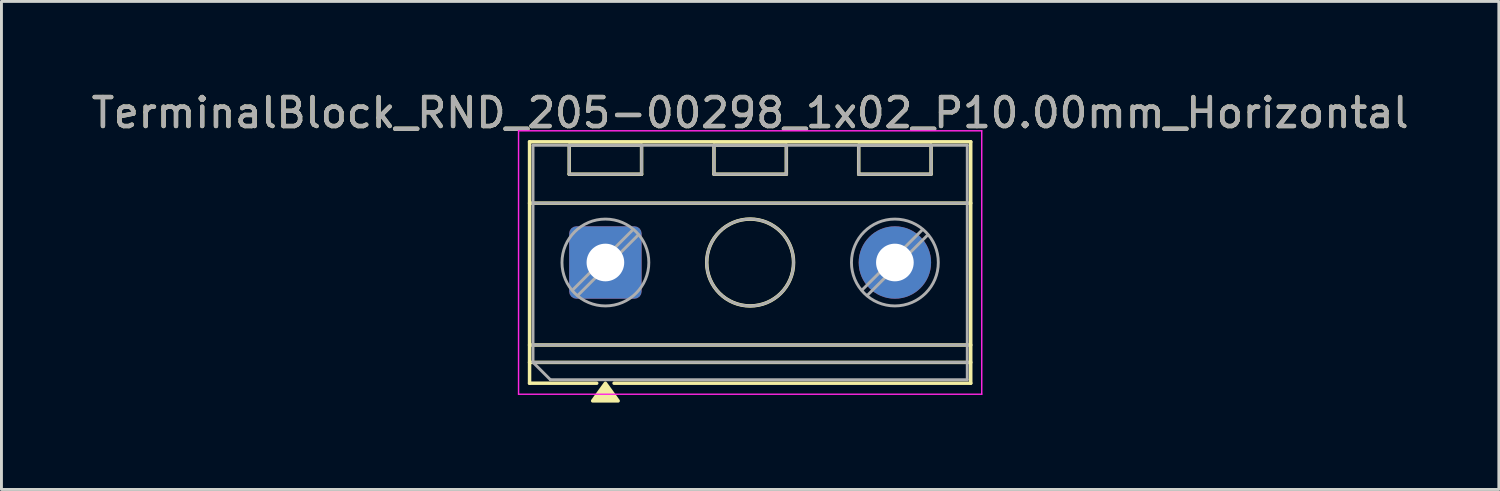
<source format=kicad_pcb>
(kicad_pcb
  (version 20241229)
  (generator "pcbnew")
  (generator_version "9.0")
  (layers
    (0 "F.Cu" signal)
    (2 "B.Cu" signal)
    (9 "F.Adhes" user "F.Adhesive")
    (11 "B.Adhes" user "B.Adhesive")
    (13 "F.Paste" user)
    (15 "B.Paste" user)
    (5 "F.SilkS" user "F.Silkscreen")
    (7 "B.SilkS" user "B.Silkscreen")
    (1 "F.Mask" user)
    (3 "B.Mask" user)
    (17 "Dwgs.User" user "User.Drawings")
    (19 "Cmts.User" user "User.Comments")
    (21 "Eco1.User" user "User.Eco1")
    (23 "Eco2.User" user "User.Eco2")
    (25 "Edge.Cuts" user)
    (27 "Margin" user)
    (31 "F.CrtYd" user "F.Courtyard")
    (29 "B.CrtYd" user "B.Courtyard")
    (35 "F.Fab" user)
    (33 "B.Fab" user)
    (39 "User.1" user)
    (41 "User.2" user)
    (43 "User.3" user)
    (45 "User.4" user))
  (footprint "TerminalBlock_RND_205-00298_1x02_P10.00mm_Horizontal"
    (layer "F.Cu")
    (at 17.863 6.018)
    (property "Reference" "TerminalBlock_RND_205-00298_1x02_P10.00mm_Horizontal" (at 5 -5.17 0) (layer "F.SilkS") (effects (font (size 1 1) (thickness 0.15))))
    (attr through_hole)
    (fp_line (start -2.62 -4.17) (end -2.62 4.17) (stroke (width 0.12) (type solid)) (layer "F.SilkS"))
    (fp_line (start -2.62 -4.17) (end 12.62 -4.17) (stroke (width 0.12) (type solid)) (layer "F.SilkS"))
    (fp_line (start -2.62 -2.05) (end 12.62 -2.05) (stroke (width 0.12) (type solid)) (layer "F.SilkS"))
    (fp_line (start -2.62 2.85) (end 12.62 2.85) (stroke (width 0.12) (type solid)) (layer "F.SilkS"))
    (fp_line (start -2.62 3.45) (end 12.62 3.45) (stroke (width 0.12) (type solid)) (layer "F.SilkS"))
    (fp_line (start -2.62 4.17) (end -0.3 4.17) (stroke (width 0.12) (type solid)) (layer "F.SilkS"))
    (fp_line (start -1.25 -4.05) (end -1.25 -3.05) (stroke (width 0.12) (type solid)) (layer "F.SilkS"))
    (fp_line (start -1.25 -4.05) (end 1.25 -4.05) (stroke (width 0.12) (type solid)) (layer "F.SilkS"))
    (fp_line (start -1.25 -3.05) (end 1.25 -3.05) (stroke (width 0.12) (type solid)) (layer "F.SilkS"))
    (fp_line (start 0.3 4.17) (end 12.62 4.17) (stroke (width 0.12) (type solid)) (layer "F.SilkS"))
    (fp_line (start 1.25 -4.05) (end 1.25 -3.05) (stroke (width 0.12) (type solid)) (layer "F.SilkS"))
    (fp_line (start 3.75 -4.05) (end 3.75 -3.05) (stroke (width 0.12) (type solid)) (layer "F.SilkS"))
    (fp_line (start 3.75 -4.05) (end 6.25 -4.05) (stroke (width 0.12) (type solid)) (layer "F.SilkS"))
    (fp_line (start 3.75 -3.05) (end 6.25 -3.05) (stroke (width 0.12) (type solid)) (layer "F.SilkS"))
    (fp_line (start 6.25 -4.05) (end 6.25 -3.05) (stroke (width 0.12) (type solid)) (layer "F.SilkS"))
    (fp_line (start 8.75 -4.05) (end 8.75 -3.05) (stroke (width 0.12) (type solid)) (layer "F.SilkS"))
    (fp_line (start 8.75 -4.05) (end 11.25 -4.05) (stroke (width 0.12) (type solid)) (layer "F.SilkS"))
    (fp_line (start 8.75 -3.05) (end 11.25 -3.05) (stroke (width 0.12) (type solid)) (layer "F.SilkS"))
    (fp_line (start 11.25 -4.05) (end 11.25 -3.05) (stroke (width 0.12) (type solid)) (layer "F.SilkS"))
    (fp_line (start 12.62 -4.17) (end 12.62 4.17) (stroke (width 0.12) (type solid)) (layer "F.SilkS"))
    (fp_circle (center 5 0) (end 6.5 0) (stroke (width 0.12) (type solid)) (fill no) (layer "F.SilkS"))
    (fp_poly (pts (xy 0 4.17) (xy 0.44 4.78) (xy -0.44 4.78)) (stroke (width 0.12) (type solid)) (fill yes) (layer "F.SilkS"))
    (fp_line (start -3 -4.55) (end -3 4.55) (stroke (width 0.05) (type solid)) (layer "F.CrtYd"))
    (fp_line (start -3 4.55) (end 13 4.55) (stroke (width 0.05) (type solid)) (layer "F.CrtYd"))
    (fp_line (start 13 -4.55) (end -3 -4.55) (stroke (width 0.05) (type solid)) (layer "F.CrtYd"))
    (fp_line (start 13 4.55) (end 13 -4.55) (stroke (width 0.05) (type solid)) (layer "F.CrtYd"))
    (fp_line (start -2.5 -4.05) (end 12.5 -4.05) (stroke (width 0.1) (type solid)) (layer "F.Fab"))
    (fp_line (start -2.5 -2.05) (end 12.5 -2.05) (stroke (width 0.1) (type solid)) (layer "F.Fab"))
    (fp_line (start -2.5 2.85) (end 12.5 2.85) (stroke (width 0.1) (type solid)) (layer "F.Fab"))
    (fp_line (start -2.5 3.45) (end -2.5 -4.05) (stroke (width 0.1) (type solid)) (layer "F.Fab"))
    (fp_line (start -2.5 3.45) (end 12.5 3.45) (stroke (width 0.1) (type solid)) (layer "F.Fab"))
    (fp_line (start -1.9 4.05) (end -2.5 3.45) (stroke (width 0.1) (type solid)) (layer "F.Fab"))
    (fp_line (start -1.25 -4.05) (end -1.25 -3.05) (stroke (width 0.1) (type solid)) (layer "F.Fab"))
    (fp_line (start -1.25 -3.05) (end 1.25 -3.05) (stroke (width 0.1) (type solid)) (layer "F.Fab"))
    (fp_line (start 0.955 -1.138) (end -1.138 0.955) (stroke (width 0.1) (type solid)) (layer "F.Fab"))
    (fp_line (start 1.138 -0.955) (end -0.955 1.138) (stroke (width 0.1) (type solid)) (layer "F.Fab"))
    (fp_line (start 1.25 -4.05) (end -1.25 -4.05) (stroke (width 0.1) (type solid)) (layer "F.Fab"))
    (fp_line (start 1.25 -3.05) (end 1.25 -4.05) (stroke (width 0.1) (type solid)) (layer "F.Fab"))
    (fp_line (start 3.75 -4.05) (end 3.75 -3.05) (stroke (width 0.1) (type solid)) (layer "F.Fab"))
    (fp_line (start 3.75 -3.05) (end 6.25 -3.05) (stroke (width 0.1) (type solid)) (layer "F.Fab"))
    (fp_line (start 6.25 -4.05) (end 3.75 -4.05) (stroke (width 0.1) (type solid)) (layer "F.Fab"))
    (fp_line (start 6.25 -3.05) (end 6.25 -4.05) (stroke (width 0.1) (type solid)) (layer "F.Fab"))
    (fp_line (start 8.75 -4.05) (end 8.75 -3.05) (stroke (width 0.1) (type solid)) (layer "F.Fab"))
    (fp_line (start 8.75 -3.05) (end 11.25 -3.05) (stroke (width 0.1) (type solid)) (layer "F.Fab"))
    (fp_line (start 10.955 -1.138) (end 8.862 0.955) (stroke (width 0.1) (type solid)) (layer "F.Fab"))
    (fp_line (start 11.138 -0.955) (end 9.045 1.138) (stroke (width 0.1) (type solid)) (layer "F.Fab"))
    (fp_line (start 11.25 -4.05) (end 8.75 -4.05) (stroke (width 0.1) (type solid)) (layer "F.Fab"))
    (fp_line (start 11.25 -3.05) (end 11.25 -4.05) (stroke (width 0.1) (type solid)) (layer "F.Fab"))
    (fp_line (start 12.5 -4.05) (end 12.5 4.05) (stroke (width 0.1) (type solid)) (layer "F.Fab"))
    (fp_line (start 12.5 4.05) (end -1.9 4.05) (stroke (width 0.1) (type solid)) (layer "F.Fab"))
    (fp_circle (center 0 0) (end 1.5 0) (stroke (width 0.1) (type solid)) (fill no) (layer "F.Fab"))
    (fp_circle (center 5 0) (end 6.5 0) (stroke (width 0.1) (type solid)) (fill no) (layer "F.Fab"))
    (fp_circle (center 10 0) (end 11.5 0) (stroke (width 0.1) (type solid)) (fill no) (layer "F.Fab"))
    (fp_text user "${REFERENCE}" (at 5 -5.17 0) (layer "F.Fab") (effects (font (size 1 1) (thickness 0.15))))
    (pad "1" thru_hole roundrect (at 0 0) (size 2.5 2.5) (drill 1.3) (layers "*.Cu" "*.Mask") (roundrect_rratio 0.1))
    (pad "2" thru_hole circle (at 10 0) (size 2.5 2.5) (drill 1.3) (layers "*.Cu" "*.Mask")))
  (gr_rect
    (start -3 -3)
    (end 48.726 13.858)
    (stroke (width 0.1) (type default))
    (fill no)
    (layer "Edge.Cuts")))
</source>
